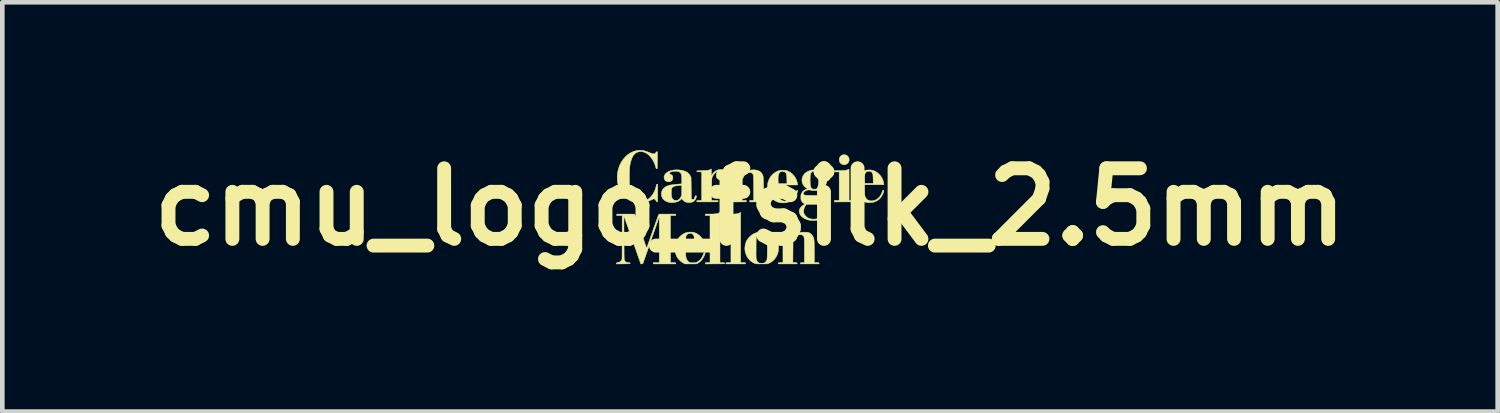
<source format=kicad_pcb>
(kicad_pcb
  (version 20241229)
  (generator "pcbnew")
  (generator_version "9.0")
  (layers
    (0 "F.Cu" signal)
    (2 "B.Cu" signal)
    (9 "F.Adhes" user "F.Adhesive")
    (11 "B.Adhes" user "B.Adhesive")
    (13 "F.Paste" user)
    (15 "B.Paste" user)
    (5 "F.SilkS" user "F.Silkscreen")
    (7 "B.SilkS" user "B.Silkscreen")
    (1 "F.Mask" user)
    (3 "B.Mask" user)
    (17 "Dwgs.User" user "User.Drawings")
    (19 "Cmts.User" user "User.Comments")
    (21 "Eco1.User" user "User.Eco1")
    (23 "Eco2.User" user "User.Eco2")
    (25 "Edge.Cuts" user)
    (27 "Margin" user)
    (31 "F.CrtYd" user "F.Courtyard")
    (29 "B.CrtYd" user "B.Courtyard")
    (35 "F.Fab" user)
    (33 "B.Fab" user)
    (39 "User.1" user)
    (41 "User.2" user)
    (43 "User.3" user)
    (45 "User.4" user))
  (footprint "cmu_logo_fsilk_2.5mm"
    (layer "F.Cu")
    (at 13.143 1.418)
    (property "Reference" "cmu_logo_fsilk_2.5mm" (at 0 0 0) (layer "F.SilkS") (effects (font (size 1.524 1.524) (thickness 0.3))))
    (attr through_hole)
    (fp_poly (pts (xy -0.203 1.202) (xy -0.15 1.202) (xy -0.125 1.202) (xy -0.109 1.203) (xy -0.1 1.205) (xy -0.097 1.208) (xy -0.096 1.214) (xy -0.096 1.216) (xy -0.096 1.23) (xy -0.519 1.23) (xy -0.519 1.216) (xy -0.519 1.21) (xy -0.516 1.206) (xy -0.51 1.203) (xy -0.496 1.202) (xy -0.475 1.202) (xy -0.466 1.202) (xy -0.412 1.202) (xy -0.412 0.186) (xy -0.52 0.186) (xy -0.518 0.171) (xy -0.516 0.155) (xy -0.406 0.154) (xy -0.357 0.153) (xy -0.317 0.151) (xy -0.286 0.148) (xy -0.262 0.144) (xy -0.244 0.139) (xy -0.23 0.133) (xy -0.22 0.126) (xy -0.203 0.112) (xy -0.203 1.202)) (stroke (width 0.01) (type solid)) (fill yes) (layer "F.SilkS"))
    (fp_poly (pts (xy 2.055 -1.125) (xy 2.071 -1.122) (xy 2.086 -1.115) (xy 2.093 -1.111) (xy 2.117 -1.088) (xy 2.133 -1.061) (xy 2.14 -1.03) (xy 2.138 -0.998) (xy 2.128 -0.968) (xy 2.112 -0.946) (xy 2.092 -0.93) (xy 2.068 -0.917) (xy 2.044 -0.91) (xy 2.035 -0.909) (xy 2.018 -0.911) (xy 1.999 -0.916) (xy 1.996 -0.917) (xy 1.977 -0.927) (xy 1.959 -0.939) (xy 1.957 -0.941) (xy 1.937 -0.967) (xy 1.927 -0.996) (xy 1.925 -1.028) (xy 1.932 -1.059) (xy 1.947 -1.087) (xy 1.971 -1.11) (xy 1.971 -1.11) (xy 1.986 -1.119) (xy 2 -1.124) (xy 2.019 -1.126) (xy 2.032 -1.126) (xy 2.055 -1.125)) (stroke (width 0.01) (type solid)) (fill yes) (layer "F.SilkS"))
    (fp_poly (pts (xy -0.649 1.202) (xy -0.597 1.203) (xy -0.572 1.204) (xy -0.557 1.206) (xy -0.549 1.208) (xy -0.545 1.212) (xy -0.545 1.216) (xy -0.545 1.219) (xy -0.547 1.222) (xy -0.551 1.224) (xy -0.558 1.225) (xy -0.57 1.226) (xy -0.587 1.227) (xy -0.612 1.228) (xy -0.643 1.228) (xy -0.684 1.229) (xy -0.734 1.229) (xy -0.755 1.229) (xy -0.965 1.231) (xy -0.965 1.216) (xy -0.965 1.21) (xy -0.962 1.206) (xy -0.955 1.203) (xy -0.941 1.202) (xy -0.919 1.202) (xy -0.864 1.202) (xy -0.864 0.186) (xy -0.965 0.186) (xy -0.965 0.154) (xy -0.852 0.153) (xy -0.8 0.152) (xy -0.759 0.15) (xy -0.725 0.146) (xy -0.7 0.142) (xy -0.681 0.135) (xy -0.666 0.127) (xy -0.662 0.123) (xy -0.649 0.111) (xy -0.649 1.202)) (stroke (width 0.01) (type solid)) (fill yes) (layer "F.SilkS"))
    (fp_poly (pts (xy 2.137 -0.813) (xy 2.137 -0.797) (xy 2.138 -0.772) (xy 2.138 -0.739) (xy 2.139 -0.698) (xy 2.139 -0.65) (xy 2.139 -0.598) (xy 2.139 -0.54) (xy 2.139 -0.48) (xy 2.139 -0.142) (xy 2.191 -0.14) (xy 2.216 -0.139) (xy 2.231 -0.138) (xy 2.24 -0.136) (xy 2.243 -0.132) (xy 2.244 -0.126) (xy 2.244 -0.124) (xy 2.244 -0.11) (xy 2.033 -0.109) (xy 1.823 -0.108) (xy 1.823 -0.141) (xy 1.925 -0.141) (xy 1.925 -0.756) (xy 1.874 -0.756) (xy 1.85 -0.756) (xy 1.835 -0.757) (xy 1.827 -0.759) (xy 1.824 -0.763) (xy 1.823 -0.769) (xy 1.823 -0.77) (xy 1.823 -0.785) (xy 1.929 -0.785) (xy 1.985 -0.786) (xy 2.03 -0.788) (xy 2.067 -0.792) (xy 2.095 -0.799) (xy 2.116 -0.807) (xy 2.121 -0.81) (xy 2.131 -0.816) (xy 2.136 -0.818) (xy 2.137 -0.813)) (stroke (width 0.01) (type solid)) (fill yes) (layer "F.SilkS"))
    (fp_poly (pts (xy -0.835 -0.744) (xy -0.835 -0.669) (xy -0.819 -0.698) (xy -0.794 -0.732) (xy -0.764 -0.761) (xy -0.731 -0.784) (xy -0.695 -0.799) (xy -0.658 -0.808) (xy -0.623 -0.809) (xy -0.589 -0.804) (xy -0.559 -0.79) (xy -0.535 -0.769) (xy -0.521 -0.748) (xy -0.513 -0.725) (xy -0.511 -0.697) (xy -0.514 -0.668) (xy -0.521 -0.644) (xy -0.523 -0.641) (xy -0.542 -0.614) (xy -0.568 -0.595) (xy -0.599 -0.584) (xy -0.631 -0.581) (xy -0.663 -0.587) (xy -0.693 -0.602) (xy -0.702 -0.609) (xy -0.718 -0.63) (xy -0.727 -0.657) (xy -0.73 -0.688) (xy -0.725 -0.719) (xy -0.715 -0.742) (xy -0.708 -0.756) (xy -0.704 -0.766) (xy -0.704 -0.768) (xy -0.711 -0.765) (xy -0.723 -0.757) (xy -0.737 -0.748) (xy -0.771 -0.717) (xy -0.799 -0.678) (xy -0.815 -0.645) (xy -0.818 -0.636) (xy -0.82 -0.628) (xy -0.822 -0.618) (xy -0.824 -0.606) (xy -0.825 -0.59) (xy -0.826 -0.569) (xy -0.827 -0.543) (xy -0.827 -0.509) (xy -0.828 -0.468) (xy -0.828 -0.417) (xy -0.829 -0.377) (xy -0.83 -0.141) (xy -0.691 -0.138) (xy -0.691 -0.11) (xy -0.919 -0.109) (xy -0.977 -0.109) (xy -1.024 -0.109) (xy -1.062 -0.109) (xy -1.092 -0.109) (xy -1.114 -0.11) (xy -1.13 -0.111) (xy -1.141 -0.112) (xy -1.147 -0.114) (xy -1.149 -0.116) (xy -1.15 -0.116) (xy -1.152 -0.127) (xy -1.148 -0.134) (xy -1.137 -0.139) (xy -1.118 -0.141) (xy -1.095 -0.141) (xy -1.044 -0.141) (xy -1.044 -0.756) (xy -1.096 -0.758) (xy -1.121 -0.759) (xy -1.136 -0.76) (xy -1.145 -0.762) (xy -1.148 -0.766) (xy -1.149 -0.77) (xy -1.148 -0.774) (xy -1.146 -0.777) (xy -1.14 -0.779) (xy -1.13 -0.781) (xy -1.113 -0.782) (xy -1.089 -0.783) (xy -1.056 -0.784) (xy -1.027 -0.785) (xy -0.983 -0.787) (xy -0.949 -0.788) (xy -0.923 -0.79) (xy -0.902 -0.793) (xy -0.886 -0.796) (xy -0.872 -0.801) (xy -0.858 -0.807) (xy -0.853 -0.809) (xy -0.835 -0.819) (xy -0.835 -0.744)) (stroke (width 0.01) (type solid)) (fill yes) (layer "F.SilkS"))
    (fp_poly (pts (xy -0.172 -0.813) (xy -0.171 -0.799) (xy -0.17 -0.778) (xy -0.169 -0.751) (xy -0.169 -0.741) (xy -0.169 -0.71) (xy -0.168 -0.689) (xy -0.167 -0.677) (xy -0.165 -0.672) (xy -0.162 -0.674) (xy -0.162 -0.674) (xy -0.147 -0.694) (xy -0.126 -0.717) (xy -0.102 -0.739) (xy -0.078 -0.757) (xy -0.063 -0.767) (xy -0.018 -0.786) (xy 0.029 -0.798) (xy 0.076 -0.802) (xy 0.122 -0.798) (xy 0.165 -0.788) (xy 0.203 -0.772) (xy 0.234 -0.748) (xy 0.253 -0.726) (xy 0.261 -0.713) (xy 0.268 -0.701) (xy 0.274 -0.689) (xy 0.278 -0.676) (xy 0.282 -0.661) (xy 0.285 -0.641) (xy 0.287 -0.618) (xy 0.289 -0.588) (xy 0.29 -0.552) (xy 0.291 -0.508) (xy 0.292 -0.454) (xy 0.292 -0.391) (xy 0.294 -0.142) (xy 0.346 -0.14) (xy 0.37 -0.139) (xy 0.386 -0.138) (xy 0.394 -0.136) (xy 0.397 -0.132) (xy 0.398 -0.126) (xy 0.398 -0.124) (xy 0.398 -0.11) (xy -0.006 -0.108) (xy -0.006 -0.141) (xy 0.079 -0.141) (xy 0.078 -0.411) (xy 0.077 -0.473) (xy 0.077 -0.525) (xy 0.077 -0.568) (xy 0.076 -0.602) (xy 0.075 -0.629) (xy 0.075 -0.651) (xy 0.074 -0.667) (xy 0.072 -0.679) (xy 0.07 -0.687) (xy 0.068 -0.694) (xy 0.066 -0.7) (xy 0.065 -0.703) (xy 0.047 -0.726) (xy 0.023 -0.74) (xy -0.005 -0.745) (xy -0.036 -0.74) (xy -0.061 -0.73) (xy -0.094 -0.708) (xy -0.124 -0.675) (xy -0.149 -0.633) (xy -0.149 -0.632) (xy -0.167 -0.595) (xy -0.17 -0.141) (xy -0.078 -0.141) (xy -0.082 -0.11) (xy -0.284 -0.108) (xy -0.485 -0.107) (xy -0.485 -0.141) (xy -0.384 -0.141) (xy -0.384 -0.756) (xy -0.435 -0.756) (xy -0.459 -0.756) (xy -0.474 -0.757) (xy -0.482 -0.759) (xy -0.485 -0.763) (xy -0.485 -0.769) (xy -0.485 -0.77) (xy -0.485 -0.785) (xy -0.385 -0.785) (xy -0.337 -0.785) (xy -0.298 -0.786) (xy -0.266 -0.789) (xy -0.24 -0.793) (xy -0.217 -0.799) (xy -0.196 -0.807) (xy -0.174 -0.817) (xy -0.174 -0.817) (xy -0.172 -0.813)) (stroke (width 0.01) (type solid)) (fill yes) (layer "F.SilkS"))
    (fp_poly (pts (xy 0.731 -0.793) (xy 0.769 -0.789) (xy 0.801 -0.781) (xy 0.804 -0.78) (xy 0.856 -0.755) (xy 0.904 -0.721) (xy 0.945 -0.679) (xy 0.979 -0.631) (xy 1.005 -0.578) (xy 1.021 -0.522) (xy 1.024 -0.504) (xy 1.028 -0.474) (xy 0.602 -0.474) (xy 0.605 -0.368) (xy 0.607 -0.328) (xy 0.608 -0.297) (xy 0.61 -0.272) (xy 0.613 -0.253) (xy 0.617 -0.236) (xy 0.62 -0.225) (xy 0.637 -0.187) (xy 0.662 -0.158) (xy 0.693 -0.138) (xy 0.73 -0.127) (xy 0.773 -0.125) (xy 0.776 -0.126) (xy 0.825 -0.135) (xy 0.869 -0.155) (xy 0.909 -0.184) (xy 0.943 -0.222) (xy 0.971 -0.269) (xy 0.989 -0.315) (xy 0.996 -0.336) (xy 1.001 -0.348) (xy 1.007 -0.354) (xy 1.014 -0.355) (xy 1.017 -0.355) (xy 1.032 -0.356) (xy 1.024 -0.326) (xy 1.002 -0.267) (xy 0.973 -0.216) (xy 0.937 -0.172) (xy 0.894 -0.137) (xy 0.845 -0.111) (xy 0.813 -0.1) (xy 0.782 -0.093) (xy 0.746 -0.089) (xy 0.708 -0.088) (xy 0.675 -0.089) (xy 0.663 -0.09) (xy 0.602 -0.105) (xy 0.547 -0.129) (xy 0.498 -0.164) (xy 0.477 -0.183) (xy 0.437 -0.23) (xy 0.407 -0.281) (xy 0.388 -0.336) (xy 0.378 -0.397) (xy 0.377 -0.429) (xy 0.379 -0.477) (xy 0.385 -0.52) (xy 0.397 -0.561) (xy 0.416 -0.603) (xy 0.606 -0.603) (xy 0.607 -0.573) (xy 0.608 -0.547) (xy 0.608 -0.54) (xy 0.611 -0.502) (xy 0.797 -0.502) (xy 0.795 -0.6) (xy 0.794 -0.642) (xy 0.791 -0.675) (xy 0.788 -0.7) (xy 0.782 -0.719) (xy 0.775 -0.733) (xy 0.764 -0.745) (xy 0.754 -0.753) (xy 0.736 -0.761) (xy 0.711 -0.765) (xy 0.685 -0.764) (xy 0.662 -0.759) (xy 0.651 -0.753) (xy 0.631 -0.733) (xy 0.617 -0.704) (xy 0.609 -0.667) (xy 0.607 -0.633) (xy 0.606 -0.603) (xy 0.416 -0.603) (xy 0.417 -0.605) (xy 0.419 -0.609) (xy 0.45 -0.661) (xy 0.49 -0.705) (xy 0.538 -0.743) (xy 0.593 -0.772) (xy 0.621 -0.782) (xy 0.652 -0.79) (xy 0.69 -0.793) (xy 0.731 -0.793)) (stroke (width 0.01) (type solid)) (fill yes) (layer "F.SilkS"))
    (fp_poly (pts (xy 2.593 -0.798) (xy 2.632 -0.794) (xy 2.664 -0.787) (xy 2.667 -0.786) (xy 2.719 -0.761) (xy 2.766 -0.727) (xy 2.808 -0.685) (xy 2.842 -0.637) (xy 2.868 -0.584) (xy 2.884 -0.528) (xy 2.887 -0.509) (xy 2.891 -0.48) (xy 2.465 -0.48) (xy 2.468 -0.374) (xy 2.469 -0.333) (xy 2.471 -0.302) (xy 2.473 -0.278) (xy 2.476 -0.258) (xy 2.48 -0.242) (xy 2.483 -0.231) (xy 2.5 -0.193) (xy 2.524 -0.164) (xy 2.556 -0.144) (xy 2.593 -0.133) (xy 2.636 -0.131) (xy 2.638 -0.131) (xy 2.687 -0.141) (xy 2.732 -0.161) (xy 2.771 -0.19) (xy 2.805 -0.228) (xy 2.833 -0.274) (xy 2.852 -0.321) (xy 2.859 -0.342) (xy 2.865 -0.354) (xy 2.871 -0.36) (xy 2.877 -0.361) (xy 2.886 -0.359) (xy 2.889 -0.352) (xy 2.888 -0.339) (xy 2.882 -0.318) (xy 2.879 -0.308) (xy 2.854 -0.251) (xy 2.822 -0.202) (xy 2.783 -0.162) (xy 2.738 -0.131) (xy 2.686 -0.109) (xy 2.675 -0.105) (xy 2.645 -0.099) (xy 2.608 -0.095) (xy 2.571 -0.093) (xy 2.538 -0.094) (xy 2.525 -0.096) (xy 2.465 -0.11) (xy 2.41 -0.135) (xy 2.361 -0.169) (xy 2.34 -0.189) (xy 2.3 -0.236) (xy 2.27 -0.287) (xy 2.25 -0.342) (xy 2.241 -0.403) (xy 2.239 -0.435) (xy 2.241 -0.483) (xy 2.248 -0.525) (xy 2.26 -0.567) (xy 2.278 -0.609) (xy 2.469 -0.609) (xy 2.469 -0.579) (xy 2.47 -0.553) (xy 2.471 -0.546) (xy 2.474 -0.508) (xy 2.66 -0.508) (xy 2.658 -0.605) (xy 2.656 -0.648) (xy 2.654 -0.681) (xy 2.651 -0.706) (xy 2.645 -0.724) (xy 2.637 -0.739) (xy 2.627 -0.751) (xy 2.617 -0.759) (xy 2.598 -0.767) (xy 2.574 -0.771) (xy 2.548 -0.77) (xy 2.525 -0.765) (xy 2.514 -0.759) (xy 2.494 -0.738) (xy 2.48 -0.71) (xy 2.472 -0.673) (xy 2.469 -0.638) (xy 2.469 -0.609) (xy 2.278 -0.609) (xy 2.279 -0.611) (xy 2.281 -0.615) (xy 2.313 -0.666) (xy 2.353 -0.711) (xy 2.401 -0.748) (xy 2.456 -0.777) (xy 2.484 -0.788) (xy 2.515 -0.795) (xy 2.553 -0.799) (xy 2.593 -0.798)) (stroke (width 0.01) (type solid)) (fill yes) (layer "F.SilkS"))
    (fp_poly (pts (xy -1.259 0.543) (xy -1.215 0.549) (xy -1.204 0.552) (xy -1.155 0.573) (xy -1.108 0.603) (xy -1.066 0.641) (xy -1.03 0.686) (xy -1.001 0.736) (xy -0.981 0.789) (xy -0.979 0.794) (xy -0.975 0.816) (xy -0.971 0.836) (xy -0.971 0.845) (xy -0.971 0.864) (xy -1.181 0.864) (xy -1.391 0.864) (xy -1.39 0.947) (xy -1.39 0.98) (xy -1.388 1.012) (xy -1.387 1.041) (xy -1.386 1.062) (xy -1.386 1.065) (xy -1.378 1.102) (xy -1.364 1.137) (xy -1.344 1.167) (xy -1.322 1.188) (xy -1.31 1.196) (xy -1.301 1.2) (xy -1.289 1.203) (xy -1.273 1.205) (xy -1.25 1.205) (xy -1.234 1.205) (xy -1.206 1.205) (xy -1.186 1.204) (xy -1.171 1.202) (xy -1.158 1.197) (xy -1.144 1.191) (xy -1.141 1.189) (xy -1.097 1.16) (xy -1.06 1.122) (xy -1.03 1.075) (xy -1.007 1.022) (xy -0.999 1.002) (xy -0.993 0.991) (xy -0.986 0.985) (xy -0.979 0.983) (xy -0.969 0.983) (xy -0.967 0.988) (xy -0.969 0.997) (xy -0.986 1.052) (xy -1.012 1.103) (xy -1.044 1.148) (xy -1.082 1.185) (xy -1.123 1.213) (xy -1.156 1.23) (xy -1.403 1.23) (xy -1.439 1.212) (xy -1.47 1.193) (xy -1.502 1.167) (xy -1.533 1.137) (xy -1.56 1.105) (xy -1.579 1.075) (xy -1.579 1.074) (xy -1.603 1.018) (xy -1.616 0.96) (xy -1.62 0.901) (xy -1.615 0.843) (xy -1.612 0.829) (xy -1.391 0.829) (xy -1.377 0.831) (xy -1.367 0.831) (xy -1.347 0.832) (xy -1.321 0.832) (xy -1.292 0.831) (xy -1.284 0.831) (xy -1.205 0.83) (xy -1.205 0.733) (xy -1.205 0.696) (xy -1.206 0.669) (xy -1.207 0.65) (xy -1.209 0.636) (xy -1.211 0.625) (xy -1.215 0.616) (xy -1.217 0.613) (xy -1.234 0.591) (xy -1.257 0.576) (xy -1.284 0.57) (xy -1.311 0.571) (xy -1.338 0.581) (xy -1.361 0.598) (xy -1.374 0.615) (xy -1.378 0.624) (xy -1.382 0.634) (xy -1.384 0.648) (xy -1.386 0.667) (xy -1.387 0.693) (xy -1.388 0.729) (xy -1.389 0.732) (xy -1.391 0.829) (xy -1.612 0.829) (xy -1.602 0.786) (xy -1.58 0.732) (xy -1.551 0.683) (xy -1.514 0.639) (xy -1.471 0.601) (xy -1.421 0.571) (xy -1.397 0.561) (xy -1.354 0.549) (xy -1.306 0.543) (xy -1.259 0.543)) (stroke (width 0.01) (type solid)) (fill yes) (layer "F.SilkS"))
    (fp_poly (pts (xy 0.922 0.529) (xy 0.924 0.537) (xy 0.925 0.55) (xy 0.926 0.572) (xy 0.926 0.602) (xy 0.926 0.68) (xy 0.945 0.651) (xy 0.973 0.618) (xy 1.009 0.589) (xy 1.051 0.565) (xy 1.062 0.56) (xy 1.077 0.554) (xy 1.091 0.55) (xy 1.106 0.547) (xy 1.125 0.546) (xy 1.15 0.545) (xy 1.174 0.545) (xy 1.206 0.545) (xy 1.23 0.546) (xy 1.247 0.548) (xy 1.261 0.551) (xy 1.273 0.556) (xy 1.277 0.557) (xy 1.313 0.58) (xy 1.342 0.61) (xy 1.364 0.647) (xy 1.378 0.694) (xy 1.382 0.719) (xy 1.384 0.735) (xy 1.385 0.761) (xy 1.386 0.796) (xy 1.387 0.838) (xy 1.388 0.885) (xy 1.388 0.937) (xy 1.389 0.983) (xy 1.389 1.202) (xy 1.439 1.202) (xy 1.463 1.202) (xy 1.478 1.203) (xy 1.486 1.205) (xy 1.49 1.209) (xy 1.49 1.215) (xy 1.49 1.216) (xy 1.49 1.23) (xy 1.089 1.23) (xy 1.089 1.216) (xy 1.09 1.209) (xy 1.093 1.205) (xy 1.101 1.203) (xy 1.117 1.202) (xy 1.132 1.202) (xy 1.174 1.202) (xy 1.174 0.941) (xy 1.174 0.875) (xy 1.174 0.82) (xy 1.173 0.774) (xy 1.173 0.736) (xy 1.171 0.706) (xy 1.17 0.682) (xy 1.167 0.663) (xy 1.164 0.649) (xy 1.16 0.638) (xy 1.155 0.629) (xy 1.15 0.622) (xy 1.143 0.615) (xy 1.126 0.606) (xy 1.103 0.6) (xy 1.076 0.599) (xy 1.051 0.603) (xy 1.048 0.604) (xy 1.025 0.616) (xy 1 0.636) (xy 0.976 0.661) (xy 0.956 0.689) (xy 0.948 0.703) (xy 0.929 0.742) (xy 0.927 0.972) (xy 0.925 1.202) (xy 0.971 1.202) (xy 0.993 1.202) (xy 1.007 1.203) (xy 1.013 1.206) (xy 1.016 1.21) (xy 1.016 1.216) (xy 1.016 1.23) (xy 0.61 1.23) (xy 0.61 1.216) (xy 0.61 1.21) (xy 0.613 1.206) (xy 0.62 1.203) (xy 0.633 1.202) (xy 0.656 1.202) (xy 0.711 1.202) (xy 0.711 0.587) (xy 0.66 0.587) (xy 0.636 0.587) (xy 0.621 0.586) (xy 0.613 0.584) (xy 0.61 0.58) (xy 0.61 0.574) (xy 0.61 0.574) (xy 0.61 0.56) (xy 0.727 0.558) (xy 0.769 0.556) (xy 0.803 0.555) (xy 0.83 0.553) (xy 0.852 0.55) (xy 0.871 0.545) (xy 0.889 0.539) (xy 0.909 0.531) (xy 0.916 0.528) (xy 0.92 0.527) (xy 0.922 0.529)) (stroke (width 0.01) (type solid)) (fill yes) (layer "F.SilkS"))
    (fp_poly (pts (xy 0.307 0.545) (xy 0.336 0.549) (xy 0.34 0.55) (xy 0.401 0.569) (xy 0.455 0.598) (xy 0.503 0.635) (xy 0.544 0.679) (xy 0.576 0.729) (xy 0.599 0.786) (xy 0.607 0.816) (xy 0.615 0.879) (xy 0.612 0.94) (xy 0.6 0.999) (xy 0.578 1.054) (xy 0.547 1.105) (xy 0.508 1.15) (xy 0.461 1.188) (xy 0.408 1.217) (xy 0.403 1.219) (xy 0.393 1.223) (xy 0.383 1.226) (xy 0.37 1.228) (xy 0.353 1.229) (xy 0.33 1.23) (xy 0.299 1.23) (xy 0.259 1.23) (xy 0.252 1.23) (xy 0.21 1.23) (xy 0.178 1.23) (xy 0.153 1.229) (xy 0.135 1.227) (xy 0.121 1.225) (xy 0.11 1.223) (xy 0.1 1.219) (xy 0.048 1.192) (xy 0.001 1.156) (xy -0.038 1.113) (xy -0.069 1.064) (xy -0.093 1.01) (xy -0.098 0.988) (xy 0.13 0.988) (xy 0.13 1.026) (xy 0.131 1.057) (xy 0.131 1.081) (xy 0.132 1.1) (xy 0.134 1.114) (xy 0.136 1.125) (xy 0.138 1.135) (xy 0.139 1.138) (xy 0.151 1.166) (xy 0.17 1.19) (xy 0.191 1.207) (xy 0.205 1.213) (xy 0.236 1.218) (xy 0.27 1.218) (xy 0.299 1.211) (xy 0.309 1.207) (xy 0.333 1.191) (xy 0.351 1.169) (xy 0.364 1.139) (xy 0.367 1.127) (xy 0.369 1.104) (xy 0.371 1.073) (xy 0.372 1.036) (xy 0.373 0.994) (xy 0.373 0.949) (xy 0.374 0.901) (xy 0.374 0.854) (xy 0.373 0.807) (xy 0.372 0.764) (xy 0.371 0.725) (xy 0.369 0.693) (xy 0.367 0.668) (xy 0.365 0.652) (xy 0.364 0.65) (xy 0.348 0.616) (xy 0.326 0.592) (xy 0.298 0.577) (xy 0.263 0.571) (xy 0.243 0.571) (xy 0.207 0.577) (xy 0.179 0.59) (xy 0.157 0.611) (xy 0.146 0.63) (xy 0.143 0.637) (xy 0.14 0.644) (xy 0.138 0.652) (xy 0.136 0.662) (xy 0.135 0.676) (xy 0.134 0.693) (xy 0.133 0.717) (xy 0.132 0.747) (xy 0.132 0.785) (xy 0.131 0.833) (xy 0.131 0.883) (xy 0.131 0.94) (xy 0.13 0.988) (xy -0.098 0.988) (xy -0.107 0.953) (xy -0.112 0.893) (xy -0.106 0.832) (xy -0.105 0.824) (xy -0.09 0.77) (xy -0.07 0.723) (xy -0.041 0.681) (xy -0.009 0.646) (xy 0.028 0.612) (xy 0.066 0.586) (xy 0.109 0.566) (xy 0.14 0.555) (xy 0.165 0.55) (xy 0.198 0.546) (xy 0.235 0.544) (xy 0.272 0.543) (xy 0.307 0.545)) (stroke (width 0.01) (type solid)) (fill yes) (layer "F.SilkS"))
    (fp_poly (pts (xy -2.339 -1.223) (xy -2.309 -1.219) (xy -2.278 -1.212) (xy -2.241 -1.2) (xy -2.198 -1.184) (xy -2.188 -1.18) (xy -2.16 -1.169) (xy -2.133 -1.159) (xy -2.111 -1.152) (xy -2.096 -1.148) (xy -2.094 -1.148) (xy -2.069 -1.148) (xy -2.048 -1.155) (xy -2.035 -1.17) (xy -2.033 -1.175) (xy -2.026 -1.187) (xy -2.014 -1.191) (xy -2.012 -1.191) (xy -1.998 -1.191) (xy -1.999 -1.009) (xy -2.001 -0.827) (xy -2.014 -0.827) (xy -2.022 -0.828) (xy -2.027 -0.833) (xy -2.032 -0.844) (xy -2.037 -0.864) (xy -2.038 -0.868) (xy -2.056 -0.925) (xy -2.082 -0.981) (xy -2.113 -1.034) (xy -2.149 -1.081) (xy -2.188 -1.122) (xy -2.228 -1.154) (xy -2.245 -1.164) (xy -2.286 -1.182) (xy -2.328 -1.193) (xy -2.37 -1.195) (xy -2.379 -1.195) (xy -2.422 -1.186) (xy -2.46 -1.169) (xy -2.494 -1.142) (xy -2.523 -1.106) (xy -2.547 -1.06) (xy -2.568 -1.004) (xy -2.585 -0.938) (xy -2.595 -0.885) (xy -2.598 -0.857) (xy -2.601 -0.82) (xy -2.603 -0.776) (xy -2.604 -0.728) (xy -2.605 -0.676) (xy -2.605 -0.623) (xy -2.605 -0.572) (xy -2.604 -0.524) (xy -2.602 -0.481) (xy -2.599 -0.446) (xy -2.598 -0.429) (xy -2.586 -0.357) (xy -2.57 -0.295) (xy -2.551 -0.243) (xy -2.527 -0.201) (xy -2.5 -0.168) (xy -2.468 -0.143) (xy -2.449 -0.133) (xy -2.433 -0.126) (xy -2.419 -0.122) (xy -2.404 -0.119) (xy -2.386 -0.119) (xy -2.36 -0.12) (xy -2.355 -0.12) (xy -2.301 -0.125) (xy -2.254 -0.138) (xy -2.212 -0.159) (xy -2.171 -0.19) (xy -2.146 -0.214) (xy -2.104 -0.265) (xy -2.069 -0.324) (xy -2.043 -0.388) (xy -2.028 -0.443) (xy -2.024 -0.466) (xy -2.02 -0.48) (xy -2.015 -0.488) (xy -2.01 -0.491) (xy -2.006 -0.491) (xy -1.993 -0.491) (xy -1.993 -0.302) (xy -1.993 -0.256) (xy -1.993 -0.214) (xy -1.994 -0.177) (xy -1.995 -0.148) (xy -1.996 -0.126) (xy -1.997 -0.113) (xy -1.998 -0.11) (xy -2.008 -0.109) (xy -2.019 -0.118) (xy -2.027 -0.13) (xy -2.036 -0.146) (xy -2.05 -0.161) (xy -2.065 -0.171) (xy -2.077 -0.175) (xy -2.085 -0.173) (xy -2.102 -0.166) (xy -2.124 -0.156) (xy -2.149 -0.144) (xy -2.151 -0.143) (xy -2.181 -0.13) (xy -2.211 -0.117) (xy -2.239 -0.107) (xy -2.258 -0.101) (xy -2.291 -0.094) (xy -2.331 -0.09) (xy -2.373 -0.087) (xy -2.413 -0.087) (xy -2.448 -0.09) (xy -2.453 -0.091) (xy -2.521 -0.107) (xy -2.586 -0.134) (xy -2.646 -0.17) (xy -2.7 -0.215) (xy -2.748 -0.269) (xy -2.789 -0.33) (xy -2.799 -0.35) (xy -2.827 -0.411) (xy -2.847 -0.471) (xy -2.86 -0.532) (xy -2.866 -0.597) (xy -2.866 -0.665) (xy -2.858 -0.747) (xy -2.84 -0.826) (xy -2.813 -0.901) (xy -2.777 -0.971) (xy -2.733 -1.035) (xy -2.682 -1.092) (xy -2.636 -1.131) (xy -2.577 -1.17) (xy -2.514 -1.199) (xy -2.448 -1.217) (xy -2.382 -1.225) (xy -2.369 -1.225) (xy -2.339 -1.223)) (stroke (width 0.01) (type solid)) (fill yes) (layer "F.SilkS"))
    (fp_poly (pts (xy -1.542 -0.8) (xy -1.5 -0.795) (xy -1.442 -0.784) (xy -1.395 -0.768) (xy -1.356 -0.748) (xy -1.325 -0.721) (xy -1.3 -0.689) (xy -1.291 -0.673) (xy -1.273 -0.635) (xy -1.27 -0.405) (xy -1.269 -0.348) (xy -1.269 -0.301) (xy -1.268 -0.263) (xy -1.267 -0.233) (xy -1.266 -0.211) (xy -1.265 -0.194) (xy -1.264 -0.183) (xy -1.262 -0.175) (xy -1.26 -0.17) (xy -1.258 -0.167) (xy -1.256 -0.166) (xy -1.241 -0.159) (xy -1.225 -0.161) (xy -1.218 -0.164) (xy -1.208 -0.174) (xy -1.198 -0.19) (xy -1.19 -0.209) (xy -1.186 -0.227) (xy -1.185 -0.23) (xy -1.183 -0.24) (xy -1.173 -0.243) (xy -1.17 -0.243) (xy -1.161 -0.242) (xy -1.158 -0.238) (xy -1.158 -0.227) (xy -1.159 -0.217) (xy -1.169 -0.179) (xy -1.189 -0.147) (xy -1.216 -0.122) (xy -1.251 -0.104) (xy -1.293 -0.095) (xy -1.318 -0.094) (xy -1.364 -0.098) (xy -1.404 -0.112) (xy -1.437 -0.136) (xy -1.464 -0.168) (xy -1.467 -0.173) (xy -1.472 -0.179) (xy -1.476 -0.178) (xy -1.484 -0.169) (xy -1.485 -0.168) (xy -1.509 -0.145) (xy -1.541 -0.125) (xy -1.58 -0.11) (xy -1.623 -0.099) (xy -1.669 -0.093) (xy -1.713 -0.094) (xy -1.744 -0.098) (xy -1.794 -0.113) (xy -1.836 -0.135) (xy -1.87 -0.163) (xy -1.894 -0.198) (xy -1.909 -0.238) (xy -1.913 -0.283) (xy -1.908 -0.326) (xy -1.699 -0.326) (xy -1.699 -0.295) (xy -1.697 -0.265) (xy -1.695 -0.237) (xy -1.692 -0.216) (xy -1.691 -0.211) (xy -1.676 -0.18) (xy -1.652 -0.156) (xy -1.64 -0.148) (xy -1.621 -0.142) (xy -1.597 -0.141) (xy -1.572 -0.144) (xy -1.55 -0.152) (xy -1.546 -0.154) (xy -1.523 -0.171) (xy -1.505 -0.194) (xy -1.489 -0.224) (xy -1.484 -0.235) (xy -1.481 -0.246) (xy -1.479 -0.26) (xy -1.477 -0.278) (xy -1.476 -0.303) (xy -1.475 -0.336) (xy -1.474 -0.36) (xy -1.474 -0.397) (xy -1.473 -0.425) (xy -1.473 -0.445) (xy -1.474 -0.457) (xy -1.476 -0.464) (xy -1.478 -0.467) (xy -1.482 -0.468) (xy -1.482 -0.468) (xy -1.501 -0.467) (xy -1.526 -0.465) (xy -1.554 -0.461) (xy -1.583 -0.457) (xy -1.609 -0.452) (xy -1.63 -0.448) (xy -1.642 -0.445) (xy -1.643 -0.444) (xy -1.669 -0.428) (xy -1.688 -0.404) (xy -1.693 -0.393) (xy -1.696 -0.378) (xy -1.698 -0.355) (xy -1.699 -0.326) (xy -1.908 -0.326) (xy -1.908 -0.327) (xy -1.893 -0.366) (xy -1.868 -0.4) (xy -1.834 -0.429) (xy -1.79 -0.452) (xy -1.738 -0.469) (xy -1.729 -0.471) (xy -1.712 -0.474) (xy -1.686 -0.478) (xy -1.653 -0.482) (xy -1.618 -0.486) (xy -1.582 -0.489) (xy -1.547 -0.493) (xy -1.517 -0.495) (xy -1.494 -0.496) (xy -1.486 -0.497) (xy -1.481 -0.497) (xy -1.477 -0.499) (xy -1.475 -0.505) (xy -1.474 -0.517) (xy -1.473 -0.536) (xy -1.473 -0.564) (xy -1.473 -0.572) (xy -1.474 -0.624) (xy -1.477 -0.666) (xy -1.483 -0.698) (xy -1.49 -0.72) (xy -1.495 -0.728) (xy -1.517 -0.75) (xy -1.545 -0.764) (xy -1.581 -0.771) (xy -1.625 -0.772) (xy -1.653 -0.769) (xy -1.689 -0.762) (xy -1.715 -0.753) (xy -1.732 -0.741) (xy -1.737 -0.73) (xy -1.736 -0.722) (xy -1.728 -0.713) (xy -1.711 -0.702) (xy -1.709 -0.701) (xy -1.685 -0.685) (xy -1.671 -0.666) (xy -1.666 -0.643) (xy -1.666 -0.62) (xy -1.674 -0.589) (xy -1.689 -0.566) (xy -1.713 -0.551) (xy -1.744 -0.543) (xy -1.765 -0.543) (xy -1.799 -0.549) (xy -1.825 -0.563) (xy -1.843 -0.585) (xy -1.853 -0.616) (xy -1.855 -0.628) (xy -1.856 -0.65) (xy -1.853 -0.669) (xy -1.846 -0.685) (xy -1.825 -0.717) (xy -1.794 -0.744) (xy -1.755 -0.767) (xy -1.709 -0.784) (xy -1.657 -0.796) (xy -1.601 -0.801) (xy -1.542 -0.8)) (stroke (width 0.01) (type solid)) (fill yes) (layer "F.SilkS"))
    (fp_poly (pts (xy -2.6 0.154) (xy -2.563 0.154) (xy -2.532 0.155) (xy -2.509 0.155) (xy -2.495 0.156) (xy -2.491 0.157) (xy -2.489 0.16) (xy -2.485 0.168) (xy -2.48 0.181) (xy -2.473 0.2) (xy -2.464 0.224) (xy -2.452 0.256) (xy -2.439 0.295) (xy -2.423 0.341) (xy -2.404 0.395) (xy -2.382 0.458) (xy -2.357 0.53) (xy -2.329 0.611) (xy -2.298 0.702) (xy -2.277 0.763) (xy -2.265 0.799) (xy -2.253 0.831) (xy -2.244 0.857) (xy -2.237 0.876) (xy -2.233 0.888) (xy -2.231 0.89) (xy -2.229 0.884) (xy -2.224 0.869) (xy -2.215 0.845) (xy -2.204 0.813) (xy -2.19 0.773) (xy -2.174 0.728) (xy -2.156 0.677) (xy -2.136 0.621) (xy -2.115 0.561) (xy -2.103 0.525) (xy -2.081 0.463) (xy -2.06 0.405) (xy -2.041 0.351) (xy -2.023 0.302) (xy -2.007 0.258) (xy -1.994 0.221) (xy -1.983 0.192) (xy -1.975 0.171) (xy -1.97 0.159) (xy -1.968 0.157) (xy -1.961 0.156) (xy -1.944 0.155) (xy -1.919 0.154) (xy -1.886 0.154) (xy -1.848 0.154) (xy -1.806 0.154) (xy -1.784 0.154) (xy -1.606 0.155) (xy -1.604 0.171) (xy -1.602 0.186) (xy -1.661 0.186) (xy -1.719 0.186) (xy -1.717 0.694) (xy -1.716 1.202) (xy -1.659 1.202) (xy -1.634 1.202) (xy -1.617 1.203) (xy -1.608 1.205) (xy -1.604 1.208) (xy -1.603 1.213) (xy -1.603 1.216) (xy -1.603 1.23) (xy -2.088 1.23) (xy -2.088 1.202) (xy -1.959 1.202) (xy -1.959 0.71) (xy -1.959 0.637) (xy -1.959 0.567) (xy -1.959 0.501) (xy -1.959 0.44) (xy -1.959 0.385) (xy -1.96 0.337) (xy -1.96 0.296) (xy -1.96 0.263) (xy -1.961 0.239) (xy -1.961 0.225) (xy -1.961 0.221) (xy -1.963 0.226) (xy -1.969 0.242) (xy -1.978 0.267) (xy -1.99 0.3) (xy -2.004 0.34) (xy -2.021 0.388) (xy -2.04 0.442) (xy -2.06 0.501) (xy -2.082 0.564) (xy -2.106 0.632) (xy -2.131 0.702) (xy -2.131 0.703) (xy -2.156 0.774) (xy -2.179 0.843) (xy -2.202 0.908) (xy -2.223 0.968) (xy -2.243 1.024) (xy -2.26 1.074) (xy -2.275 1.117) (xy -2.288 1.153) (xy -2.297 1.18) (xy -2.304 1.198) (xy -2.307 1.206) (xy -2.313 1.221) (xy -2.32 1.228) (xy -2.331 1.23) (xy -2.337 1.23) (xy -2.358 1.23) (xy -2.538 0.717) (xy -2.563 0.644) (xy -2.588 0.574) (xy -2.611 0.508) (xy -2.633 0.446) (xy -2.653 0.39) (xy -2.671 0.34) (xy -2.686 0.296) (xy -2.699 0.26) (xy -2.709 0.232) (xy -2.716 0.214) (xy -2.72 0.204) (xy -2.721 0.203) (xy -2.721 0.209) (xy -2.722 0.225) (xy -2.722 0.251) (xy -2.722 0.287) (xy -2.722 0.332) (xy -2.722 0.386) (xy -2.722 0.447) (xy -2.722 0.515) (xy -2.722 0.59) (xy -2.721 0.671) (xy -2.721 0.758) (xy -2.72 0.85) (xy -2.719 0.946) (xy -2.719 0.96) (xy -2.719 1.01) (xy -2.718 1.05) (xy -2.718 1.081) (xy -2.717 1.105) (xy -2.716 1.123) (xy -2.714 1.137) (xy -2.712 1.146) (xy -2.709 1.154) (xy -2.707 1.159) (xy -2.695 1.177) (xy -2.677 1.19) (xy -2.652 1.198) (xy -2.625 1.201) (xy -2.605 1.204) (xy -2.594 1.207) (xy -2.589 1.211) (xy -2.588 1.216) (xy -2.588 1.22) (xy -2.59 1.222) (xy -2.595 1.224) (xy -2.604 1.226) (xy -2.619 1.227) (xy -2.64 1.228) (xy -2.669 1.228) (xy -2.707 1.229) (xy -2.736 1.229) (xy -2.884 1.231) (xy -2.884 1.218) (xy -2.883 1.21) (xy -2.877 1.205) (xy -2.864 1.201) (xy -2.851 1.199) (xy -2.821 1.191) (xy -2.799 1.179) (xy -2.783 1.161) (xy -2.775 1.149) (xy -2.763 1.126) (xy -2.761 0.656) (xy -2.76 0.186) (xy -2.879 0.186) (xy -2.878 0.171) (xy -2.876 0.155) (xy -2.687 0.154) (xy -2.641 0.154) (xy -2.6 0.154)) (stroke (width 0.01) (type solid)) (fill yes) (layer "F.SilkS"))
    (fp_poly (pts (xy 1.737 -0.806) (xy 1.75 -0.8) (xy 1.776 -0.782) (xy 1.792 -0.759) (xy 1.798 -0.733) (xy 1.793 -0.704) (xy 1.789 -0.696) (xy 1.775 -0.674) (xy 1.753 -0.66) (xy 1.724 -0.655) (xy 1.719 -0.655) (xy 1.694 -0.66) (xy 1.674 -0.673) (xy 1.659 -0.692) (xy 1.651 -0.715) (xy 1.651 -0.739) (xy 1.66 -0.763) (xy 1.669 -0.775) (xy 1.678 -0.785) (xy 1.677 -0.79) (xy 1.668 -0.788) (xy 1.653 -0.781) (xy 1.647 -0.777) (xy 1.633 -0.767) (xy 1.618 -0.753) (xy 1.606 -0.74) (xy 1.598 -0.729) (xy 1.597 -0.725) (xy 1.601 -0.719) (xy 1.609 -0.708) (xy 1.614 -0.703) (xy 1.63 -0.678) (xy 1.644 -0.646) (xy 1.654 -0.61) (xy 1.657 -0.592) (xy 1.656 -0.55) (xy 1.647 -0.508) (xy 1.628 -0.468) (xy 1.601 -0.433) (xy 1.595 -0.427) (xy 1.557 -0.398) (xy 1.512 -0.376) (xy 1.463 -0.361) (xy 1.412 -0.353) (xy 1.363 -0.354) (xy 1.335 -0.358) (xy 1.294 -0.366) (xy 1.26 -0.367) (xy 1.23 -0.361) (xy 1.214 -0.355) (xy 1.19 -0.342) (xy 1.17 -0.325) (xy 1.157 -0.307) (xy 1.152 -0.29) (xy 1.155 -0.275) (xy 1.156 -0.274) (xy 1.16 -0.268) (xy 1.165 -0.263) (xy 1.172 -0.259) (xy 1.182 -0.256) (xy 1.195 -0.254) (xy 1.214 -0.252) (xy 1.239 -0.251) (xy 1.271 -0.25) (xy 1.312 -0.249) (xy 1.363 -0.248) (xy 1.38 -0.248) (xy 1.436 -0.247) (xy 1.483 -0.246) (xy 1.522 -0.245) (xy 1.552 -0.243) (xy 1.576 -0.24) (xy 1.595 -0.237) (xy 1.611 -0.233) (xy 1.623 -0.227) (xy 1.635 -0.22) (xy 1.646 -0.211) (xy 1.653 -0.205) (xy 1.679 -0.176) (xy 1.698 -0.139) (xy 1.71 -0.097) (xy 1.715 -0.051) (xy 1.714 -0.002) (xy 1.705 0.047) (xy 1.689 0.095) (xy 1.669 0.137) (xy 1.637 0.18) (xy 1.597 0.217) (xy 1.55 0.247) (xy 1.497 0.27) (xy 1.44 0.286) (xy 1.38 0.293) (xy 1.318 0.291) (xy 1.276 0.285) (xy 1.222 0.27) (xy 1.174 0.249) (xy 1.133 0.222) (xy 1.1 0.19) (xy 1.081 0.164) (xy 1.068 0.129) (xy 1.065 0.104) (xy 1.157 0.104) (xy 1.159 0.121) (xy 1.163 0.136) (xy 1.17 0.154) (xy 1.171 0.155) (xy 1.195 0.191) (xy 1.227 0.221) (xy 1.265 0.243) (xy 1.31 0.258) (xy 1.359 0.264) (xy 1.411 0.262) (xy 1.441 0.256) (xy 1.49 0.241) (xy 1.537 0.219) (xy 1.578 0.192) (xy 1.612 0.16) (xy 1.638 0.125) (xy 1.643 0.116) (xy 1.652 0.089) (xy 1.657 0.06) (xy 1.657 0.031) (xy 1.652 0.006) (xy 1.645 -0.009) (xy 1.635 -0.021) (xy 1.623 -0.031) (xy 1.609 -0.038) (xy 1.59 -0.044) (xy 1.567 -0.049) (xy 1.537 -0.052) (xy 1.499 -0.054) (xy 1.454 -0.056) (xy 1.398 -0.056) (xy 1.368 -0.056) (xy 1.22 -0.056) (xy 1.205 -0.039) (xy 1.179 -0.000406) (xy 1.164 0.042) (xy 1.158 0.08) (xy 1.157 0.104) (xy 1.065 0.104) (xy 1.063 0.092) (xy 1.068 0.057) (xy 1.077 0.035) (xy 1.098 0.005) (xy 1.126 -0.023) (xy 1.157 -0.044) (xy 1.163 -0.046) (xy 1.19 -0.059) (xy 1.161 -0.076) (xy 1.137 -0.094) (xy 1.119 -0.118) (xy 1.115 -0.124) (xy 1.107 -0.139) (xy 1.102 -0.152) (xy 1.099 -0.167) (xy 1.098 -0.185) (xy 1.098 -0.212) (xy 1.098 -0.238) (xy 1.099 -0.257) (xy 1.102 -0.271) (xy 1.108 -0.285) (xy 1.116 -0.302) (xy 1.117 -0.303) (xy 1.14 -0.336) (xy 1.17 -0.362) (xy 1.208 -0.38) (xy 1.213 -0.381) (xy 1.243 -0.391) (xy 1.218 -0.407) (xy 1.181 -0.436) (xy 1.152 -0.471) (xy 1.133 -0.51) (xy 1.122 -0.552) (xy 1.122 -0.576) (xy 1.297 -0.576) (xy 1.299 -0.524) (xy 1.302 -0.481) (xy 1.307 -0.448) (xy 1.315 -0.423) (xy 1.326 -0.405) (xy 1.34 -0.393) (xy 1.359 -0.386) (xy 1.373 -0.384) (xy 1.406 -0.383) (xy 1.432 -0.389) (xy 1.444 -0.396) (xy 1.456 -0.413) (xy 1.466 -0.439) (xy 1.474 -0.473) (xy 1.479 -0.513) (xy 1.482 -0.559) (xy 1.482 -0.608) (xy 1.48 -0.639) (xy 1.476 -0.679) (xy 1.471 -0.709) (xy 1.464 -0.732) (xy 1.455 -0.747) (xy 1.444 -0.758) (xy 1.443 -0.759) (xy 1.421 -0.768) (xy 1.395 -0.772) (xy 1.368 -0.77) (xy 1.358 -0.768) (xy 1.339 -0.759) (xy 1.325 -0.745) (xy 1.313 -0.725) (xy 1.305 -0.698) (xy 1.3 -0.662) (xy 1.298 -0.618) (xy 1.297 -0.576) (xy 1.122 -0.576) (xy 1.121 -0.594) (xy 1.13 -0.637) (xy 1.148 -0.677) (xy 1.175 -0.715) (xy 1.19 -0.729) (xy 1.232 -0.76) (xy 1.281 -0.782) (xy 1.334 -0.796) (xy 1.389 -0.801) (xy 1.445 -0.797) (xy 1.5 -0.784) (xy 1.535 -0.77) (xy 1.576 -0.751) (xy 1.599 -0.771) (xy 1.632 -0.795) (xy 1.667 -0.809) (xy 1.702 -0.813) (xy 1.737 -0.806)) (stroke (width 0.01) (type solid)) (fill yes) (layer "F.SilkS")))
  (gr_rect
    (start -3 -3)
    (end 29.285 5.836)
    (stroke (width 0.1) (type default))
    (fill no)
    (layer "Edge.Cuts")))
</source>
